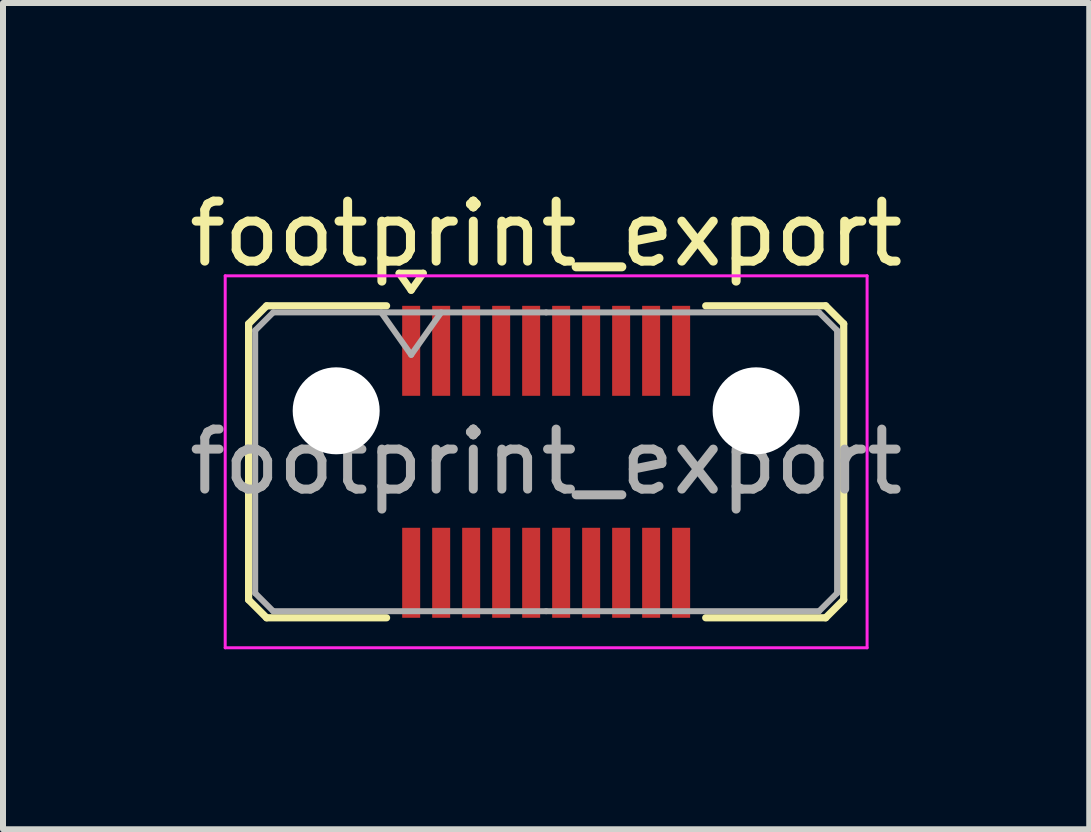
<source format=kicad_pcb>
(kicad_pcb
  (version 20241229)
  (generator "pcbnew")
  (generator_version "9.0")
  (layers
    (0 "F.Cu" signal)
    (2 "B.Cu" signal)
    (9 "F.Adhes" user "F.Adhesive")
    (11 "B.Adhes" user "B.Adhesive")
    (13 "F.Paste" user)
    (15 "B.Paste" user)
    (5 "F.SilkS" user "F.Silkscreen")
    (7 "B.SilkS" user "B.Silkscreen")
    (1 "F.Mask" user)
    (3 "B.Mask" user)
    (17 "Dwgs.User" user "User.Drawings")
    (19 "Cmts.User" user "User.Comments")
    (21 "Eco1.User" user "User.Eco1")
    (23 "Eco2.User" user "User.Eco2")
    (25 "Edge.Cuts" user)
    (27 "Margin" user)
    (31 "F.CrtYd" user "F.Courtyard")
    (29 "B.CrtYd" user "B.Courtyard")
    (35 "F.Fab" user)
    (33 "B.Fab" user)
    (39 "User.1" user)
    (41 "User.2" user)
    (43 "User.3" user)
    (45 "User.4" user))
  (footprint "footprint_export"
    (layer "F.Cu")
    (at 6.054 4.648)
    (property "Reference" "footprint_export" (at 0 -3.8 0) (layer "F.SilkS") (effects (font (size 1 1) (thickness 0.15))))
    (attr smd)
    (fp_line (start -4.96 -2.3) (end -4.96 2.3) (stroke (width 0.12) (type solid)) (layer "F.SilkS"))
    (fp_line (start -4.96 2.3) (end -4.66 2.6) (stroke (width 0.12) (type solid)) (layer "F.SilkS"))
    (fp_line (start -4.66 -2.6) (end -4.96 -2.3) (stroke (width 0.12) (type solid)) (layer "F.SilkS"))
    (fp_line (start -4.66 2.6) (end -2.66 2.6) (stroke (width 0.12) (type solid)) (layer "F.SilkS"))
    (fp_line (start -2.66 -2.6) (end -4.66 -2.6) (stroke (width 0.12) (type solid)) (layer "F.SilkS"))
    (fp_line (start -2.45 -3.143) (end -2.05 -3.143) (stroke (width 0.12) (type solid)) (layer "F.SilkS"))
    (fp_line (start -2.25 -2.86) (end -2.45 -3.143) (stroke (width 0.12) (type solid)) (layer "F.SilkS"))
    (fp_line (start -2.05 -3.143) (end -2.25 -2.86) (stroke (width 0.12) (type solid)) (layer "F.SilkS"))
    (fp_line (start 2.66 -2.6) (end 4.66 -2.6) (stroke (width 0.12) (type solid)) (layer "F.SilkS"))
    (fp_line (start 4.66 -2.6) (end 4.96 -2.3) (stroke (width 0.12) (type solid)) (layer "F.SilkS"))
    (fp_line (start 4.66 2.6) (end 2.66 2.6) (stroke (width 0.12) (type solid)) (layer "F.SilkS"))
    (fp_line (start 4.96 -2.3) (end 4.96 2.3) (stroke (width 0.12) (type solid)) (layer "F.SilkS"))
    (fp_line (start 4.96 2.3) (end 4.66 2.6) (stroke (width 0.12) (type solid)) (layer "F.SilkS"))
    (fp_line (start -5.35 -3.1) (end -5.35 3.1) (stroke (width 0.05) (type solid)) (layer "F.CrtYd"))
    (fp_line (start -5.35 3.1) (end 5.35 3.1) (stroke (width 0.05) (type solid)) (layer "F.CrtYd"))
    (fp_line (start 5.35 -3.1) (end -5.35 -3.1) (stroke (width 0.05) (type solid)) (layer "F.CrtYd"))
    (fp_line (start 5.35 3.1) (end 5.35 -3.1) (stroke (width 0.05) (type solid)) (layer "F.CrtYd"))
    (fp_line (start -4.85 -2.19) (end -4.85 2.19) (stroke (width 0.1) (type solid)) (layer "F.Fab"))
    (fp_line (start -4.85 2.19) (end -4.55 2.49) (stroke (width 0.1) (type solid)) (layer "F.Fab"))
    (fp_line (start -4.55 -2.49) (end -4.85 -2.19) (stroke (width 0.1) (type solid)) (layer "F.Fab"))
    (fp_line (start -4.55 2.49) (end 0 2.49) (stroke (width 0.1) (type solid)) (layer "F.Fab"))
    (fp_line (start -2.75 -2.49) (end -2.25 -1.783) (stroke (width 0.1) (type solid)) (layer "F.Fab"))
    (fp_line (start -2.25 -1.783) (end -1.75 -2.49) (stroke (width 0.1) (type solid)) (layer "F.Fab"))
    (fp_line (start 0 -2.49) (end -4.55 -2.49) (stroke (width 0.1) (type solid)) (layer "F.Fab"))
    (fp_line (start 0 -2.49) (end 4.55 -2.49) (stroke (width 0.1) (type solid)) (layer "F.Fab"))
    (fp_line (start 4.55 -2.49) (end 4.85 -2.19) (stroke (width 0.1) (type solid)) (layer "F.Fab"))
    (fp_line (start 4.55 2.49) (end 0 2.49) (stroke (width 0.1) (type solid)) (layer "F.Fab"))
    (fp_line (start 4.85 -2.19) (end 4.85 2.19) (stroke (width 0.1) (type solid)) (layer "F.Fab"))
    (fp_line (start 4.85 2.19) (end 4.55 2.49) (stroke (width 0.1) (type solid)) (layer "F.Fab"))
    (fp_text user "${REFERENCE}" (at 0 0 0) (layer "F.Fab") (effects (font (size 1 1) (thickness 0.15))))
    (pad "" np_thru_hole circle (at -3.5 -0.85) (size 1.45 1.45) (drill 1.45) (layers "*.Cu" "*.Mask"))
    (pad "" np_thru_hole circle (at 3.5 -0.85) (size 1.45 1.45) (drill 1.45) (layers "*.Cu" "*.Mask"))
    (pad "1" smd rect (at -2.25 -1.85) (size 0.3 1.5) (layers "F.Cu" "F.Mask" "F.Paste"))
    (pad "2" smd rect (at -2.25 1.85) (size 0.3 1.5) (layers "F.Cu" "F.Mask" "F.Paste"))
    (pad "3" smd rect (at -1.75 -1.85) (size 0.3 1.5) (layers "F.Cu" "F.Mask" "F.Paste"))
    (pad "4" smd rect (at -1.75 1.85) (size 0.3 1.5) (layers "F.Cu" "F.Mask" "F.Paste"))
    (pad "5" smd rect (at -1.25 -1.85) (size 0.3 1.5) (layers "F.Cu" "F.Mask" "F.Paste"))
    (pad "6" smd rect (at -1.25 1.85) (size 0.3 1.5) (layers "F.Cu" "F.Mask" "F.Paste"))
    (pad "7" smd rect (at -0.75 -1.85) (size 0.3 1.5) (layers "F.Cu" "F.Mask" "F.Paste"))
    (pad "8" smd rect (at -0.75 1.85) (size 0.3 1.5) (layers "F.Cu" "F.Mask" "F.Paste"))
    (pad "9" smd rect (at -0.25 -1.85) (size 0.3 1.5) (layers "F.Cu" "F.Mask" "F.Paste"))
    (pad "10" smd rect (at -0.25 1.85) (size 0.3 1.5) (layers "F.Cu" "F.Mask" "F.Paste"))
    (pad "11" smd rect (at 0.25 -1.85) (size 0.3 1.5) (layers "F.Cu" "F.Mask" "F.Paste"))
    (pad "12" smd rect (at 0.25 1.85) (size 0.3 1.5) (layers "F.Cu" "F.Mask" "F.Paste"))
    (pad "13" smd rect (at 0.75 -1.85) (size 0.3 1.5) (layers "F.Cu" "F.Mask" "F.Paste"))
    (pad "14" smd rect (at 0.75 1.85) (size 0.3 1.5) (layers "F.Cu" "F.Mask" "F.Paste"))
    (pad "15" smd rect (at 1.25 -1.85) (size 0.3 1.5) (layers "F.Cu" "F.Mask" "F.Paste"))
    (pad "16" smd rect (at 1.25 1.85) (size 0.3 1.5) (layers "F.Cu" "F.Mask" "F.Paste"))
    (pad "17" smd rect (at 1.75 -1.85) (size 0.3 1.5) (layers "F.Cu" "F.Mask" "F.Paste"))
    (pad "18" smd rect (at 1.75 1.85) (size 0.3 1.5) (layers "F.Cu" "F.Mask" "F.Paste"))
    (pad "19" smd rect (at 2.25 -1.85) (size 0.3 1.5) (layers "F.Cu" "F.Mask" "F.Paste"))
    (pad "20" smd rect (at 2.25 1.85) (size 0.3 1.5) (layers "F.Cu" "F.Mask" "F.Paste")))
  (gr_rect
    (start -3 -3)
    (end 15.107 10.773)
    (stroke (width 0.1) (type default))
    (fill no)
    (layer "Edge.Cuts")))
</source>
